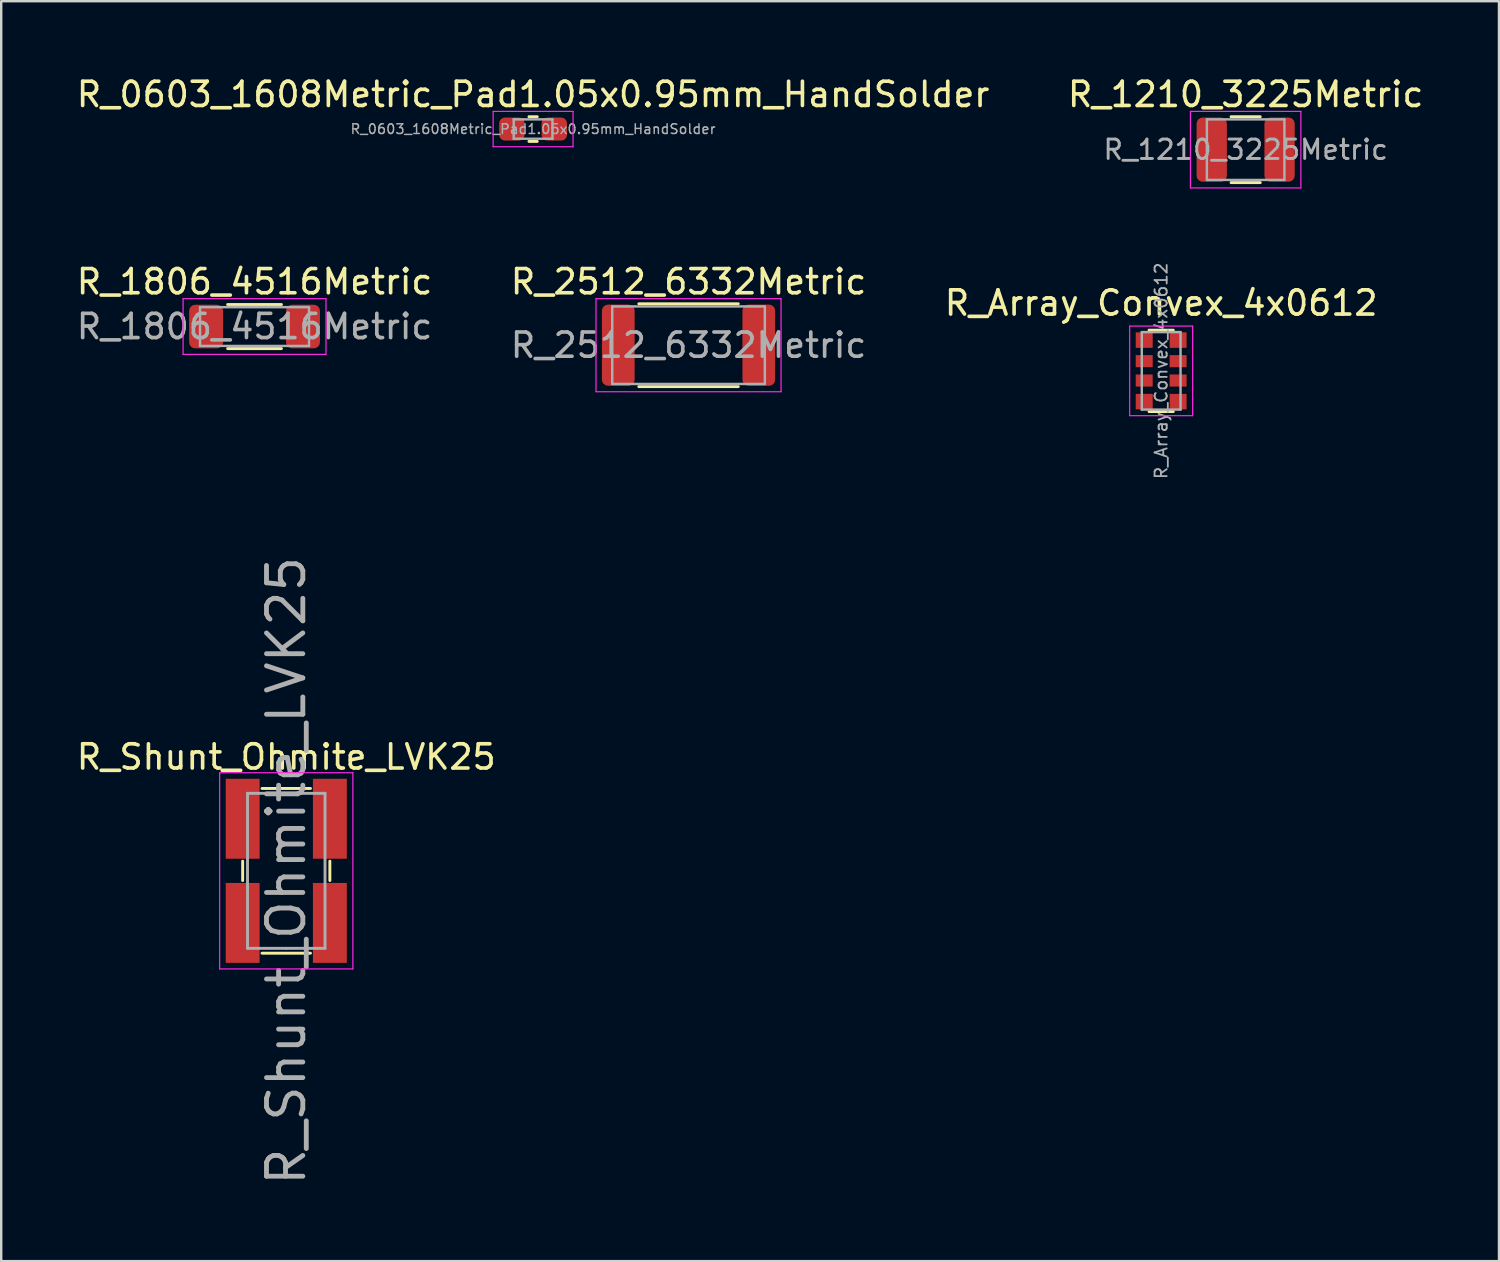
<source format=kicad_pcb>
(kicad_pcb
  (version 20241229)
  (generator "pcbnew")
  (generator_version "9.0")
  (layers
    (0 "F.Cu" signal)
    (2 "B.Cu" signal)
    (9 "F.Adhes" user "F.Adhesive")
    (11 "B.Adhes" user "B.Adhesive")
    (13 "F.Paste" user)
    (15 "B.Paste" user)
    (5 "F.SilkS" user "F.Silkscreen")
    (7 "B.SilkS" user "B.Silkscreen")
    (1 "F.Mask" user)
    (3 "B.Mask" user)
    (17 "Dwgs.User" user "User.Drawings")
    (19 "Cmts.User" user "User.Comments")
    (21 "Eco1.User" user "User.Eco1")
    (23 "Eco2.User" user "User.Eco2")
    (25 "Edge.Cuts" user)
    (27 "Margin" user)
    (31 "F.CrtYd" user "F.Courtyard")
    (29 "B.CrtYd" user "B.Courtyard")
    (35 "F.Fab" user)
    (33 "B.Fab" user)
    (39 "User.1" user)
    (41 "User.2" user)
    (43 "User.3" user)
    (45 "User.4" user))
  (footprint "R_Array_Convex_4x0612"
    (layer "F.Cu")
    (at 44.887 12.26)
    (property "Reference" "R_Array_Convex_4x0612" (at 0 -2.8 0) (layer "F.SilkS") (effects (font (size 1 1) (thickness 0.15))))
    (attr smd)
    (fp_line (start 0.5 -1.68) (end -0.5 -1.68) (stroke (width 0.12) (type solid)) (layer "F.SilkS"))
    (fp_line (start 0.5 1.68) (end -0.5 1.68) (stroke (width 0.12) (type solid)) (layer "F.SilkS"))
    (fp_line (start -1.3 -1.85) (end -1.3 1.85) (stroke (width 0.05) (type solid)) (layer "F.CrtYd"))
    (fp_line (start -1.3 -1.85) (end 1.3 -1.85) (stroke (width 0.05) (type solid)) (layer "F.CrtYd"))
    (fp_line (start 1.3 1.85) (end -1.3 1.85) (stroke (width 0.05) (type solid)) (layer "F.CrtYd"))
    (fp_line (start 1.3 1.85) (end 1.3 -1.85) (stroke (width 0.05) (type solid)) (layer "F.CrtYd"))
    (fp_line (start -0.8 -1.6) (end 0.8 -1.6) (stroke (width 0.1) (type solid)) (layer "F.Fab"))
    (fp_line (start -0.8 1.6) (end -0.8 -1.6) (stroke (width 0.1) (type solid)) (layer "F.Fab"))
    (fp_line (start 0.8 -1.6) (end 0.8 1.6) (stroke (width 0.1) (type solid)) (layer "F.Fab"))
    (fp_line (start 0.8 1.6) (end -0.8 1.6) (stroke (width 0.1) (type solid)) (layer "F.Fab"))
    (fp_text user "${REFERENCE}" (at 0 0 90) (layer "F.Fab") (effects (font (size 0.5 0.5) (thickness 0.075))))
    (pad "1" smd rect (at -0.7 -1.27) (size 0.7 0.64) (layers "F.Cu" "F.Mask" "F.Paste"))
    (pad "2" smd rect (at -0.7 -0.4) (size 0.7 0.5) (layers "F.Cu" "F.Mask" "F.Paste"))
    (pad "3" smd rect (at -0.7 0.4) (size 0.7 0.5) (layers "F.Cu" "F.Mask" "F.Paste"))
    (pad "4" smd rect (at -0.7 1.27) (size 0.7 0.64) (layers "F.Cu" "F.Mask" "F.Paste"))
    (pad "5" smd rect (at 0.7 1.27) (size 0.7 0.64) (layers "F.Cu" "F.Mask" "F.Paste"))
    (pad "6" smd rect (at 0.7 0.4) (size 0.7 0.5) (layers "F.Cu" "F.Mask" "F.Paste"))
    (pad "7" smd rect (at 0.7 -0.4) (size 0.7 0.5) (layers "F.Cu" "F.Mask" "F.Paste"))
    (pad "8" smd rect (at 0.7 -1.27) (size 0.7 0.64) (layers "F.Cu" "F.Mask" "F.Paste")))
  (footprint "R_0603_1608Metric_Pad1.05x0.95mm_HandSolder"
    (layer "F.Cu")
    (at 18.958 2.278)
    (property "Reference" "R_0603_1608Metric_Pad1.05x0.95mm_HandSolder" (at 0 -1.43 0) (layer "F.SilkS") (effects (font (size 1 1) (thickness 0.15))))
    (attr smd)
    (fp_line (start -0.171 -0.51) (end 0.171 -0.51) (stroke (width 0.12) (type solid)) (layer "F.SilkS"))
    (fp_line (start -0.171 0.51) (end 0.171 0.51) (stroke (width 0.12) (type solid)) (layer "F.SilkS"))
    (fp_line (start -1.65 -0.73) (end 1.65 -0.73) (stroke (width 0.05) (type solid)) (layer "F.CrtYd"))
    (fp_line (start -1.65 0.73) (end -1.65 -0.73) (stroke (width 0.05) (type solid)) (layer "F.CrtYd"))
    (fp_line (start 1.65 -0.73) (end 1.65 0.73) (stroke (width 0.05) (type solid)) (layer "F.CrtYd"))
    (fp_line (start 1.65 0.73) (end -1.65 0.73) (stroke (width 0.05) (type solid)) (layer "F.CrtYd"))
    (fp_line (start -0.8 -0.4) (end 0.8 -0.4) (stroke (width 0.1) (type solid)) (layer "F.Fab"))
    (fp_line (start -0.8 0.4) (end -0.8 -0.4) (stroke (width 0.1) (type solid)) (layer "F.Fab"))
    (fp_line (start 0.8 -0.4) (end 0.8 0.4) (stroke (width 0.1) (type solid)) (layer "F.Fab"))
    (fp_line (start 0.8 0.4) (end -0.8 0.4) (stroke (width 0.1) (type solid)) (layer "F.Fab"))
    (fp_text user "${REFERENCE}" (at 0 0 0) (layer "F.Fab") (effects (font (size 0.4 0.4) (thickness 0.06))))
    (pad "1" smd roundrect (at -0.875 0) (size 1.05 0.95) (layers "F.Cu" "F.Mask" "F.Paste") (roundrect_rratio 0.25))
    (pad "2" smd roundrect (at 0.875 0) (size 1.05 0.95) (layers "F.Cu" "F.Mask" "F.Paste") (roundrect_rratio 0.25)))
  (footprint "R_Shunt_Ohmite_LVK25"
    (layer "F.Cu")
    (at 8.768 32.901)
    (property "Reference" "R_Shunt_Ohmite_LVK25" (at 0 -4.7 0) (layer "F.SilkS") (effects (font (size 1 1) (thickness 0.15))))
    (attr smd)
    (fp_line (start -1.8 0.4) (end -1.8 -0.4) (stroke (width 0.12) (type solid)) (layer "F.SilkS"))
    (fp_line (start 1 -3.4) (end -1 -3.4) (stroke (width 0.12) (type solid)) (layer "F.SilkS"))
    (fp_line (start 1 3.4) (end -1 3.4) (stroke (width 0.12) (type solid)) (layer "F.SilkS"))
    (fp_line (start 1.8 -0.4) (end 1.8 0.4) (stroke (width 0.12) (type solid)) (layer "F.SilkS"))
    (fp_line (start -2.75 -4.05) (end 2.75 -4.05) (stroke (width 0.05) (type solid)) (layer "F.CrtYd"))
    (fp_line (start -2.75 4.05) (end -2.75 -4.05) (stroke (width 0.05) (type solid)) (layer "F.CrtYd"))
    (fp_line (start 2.75 -4.05) (end 2.75 4.05) (stroke (width 0.05) (type solid)) (layer "F.CrtYd"))
    (fp_line (start 2.75 4.05) (end -2.75 4.05) (stroke (width 0.05) (type solid)) (layer "F.CrtYd"))
    (fp_line (start -1.6 -3.2) (end 1.6 -3.2) (stroke (width 0.12) (type solid)) (layer "F.Fab"))
    (fp_line (start -1.6 3.2) (end -1.6 -3.2) (stroke (width 0.12) (type solid)) (layer "F.Fab"))
    (fp_line (start 0 3.2) (end -1.6 3.2) (stroke (width 0.12) (type solid)) (layer "F.Fab"))
    (fp_line (start 1.6 -3.2) (end 1.6 3.2) (stroke (width 0.12) (type solid)) (layer "F.Fab"))
    (fp_line (start 1.6 3.2) (end 0 3.2) (stroke (width 0.12) (type solid)) (layer "F.Fab"))
    (fp_text user "${REFERENCE}" (at 0 0 90) (layer "F.Fab") (effects (font (size 1.5 1.5) (thickness 0.2))))
    (pad "1" smd rect (at -1.8 -2.15) (size 1.4 3.3) (layers "F.Cu" "F.Mask" "F.Paste"))
    (pad "2" smd rect (at -1.8 2.15) (size 1.4 3.3) (layers "F.Cu" "F.Mask" "F.Paste"))
    (pad "3" smd rect (at 1.8 -2.15) (size 1.4 3.3) (layers "F.Cu" "F.Mask" "F.Paste"))
    (pad "4" smd rect (at 1.8 2.15) (size 1.4 3.3) (layers "F.Cu" "F.Mask" "F.Paste")))
  (footprint "R_2512_6332Metric"
    (layer "F.Cu")
    (at 25.375 11.201)
    (property "Reference" "R_2512_6332Metric" (at 0 -2.62 0) (layer "F.SilkS") (effects (font (size 1 1) (thickness 0.15))))
    (attr smd)
    (fp_line (start -2.052 -1.71) (end 2.052 -1.71) (stroke (width 0.12) (type solid)) (layer "F.SilkS"))
    (fp_line (start -2.052 1.71) (end 2.052 1.71) (stroke (width 0.12) (type solid)) (layer "F.SilkS"))
    (fp_line (start -3.82 -1.92) (end 3.82 -1.92) (stroke (width 0.05) (type solid)) (layer "F.CrtYd"))
    (fp_line (start -3.82 1.92) (end -3.82 -1.92) (stroke (width 0.05) (type solid)) (layer "F.CrtYd"))
    (fp_line (start 3.82 -1.92) (end 3.82 1.92) (stroke (width 0.05) (type solid)) (layer "F.CrtYd"))
    (fp_line (start 3.82 1.92) (end -3.82 1.92) (stroke (width 0.05) (type solid)) (layer "F.CrtYd"))
    (fp_line (start -3.15 -1.6) (end 3.15 -1.6) (stroke (width 0.1) (type solid)) (layer "F.Fab"))
    (fp_line (start -3.15 1.6) (end -3.15 -1.6) (stroke (width 0.1) (type solid)) (layer "F.Fab"))
    (fp_line (start 3.15 -1.6) (end 3.15 1.6) (stroke (width 0.1) (type solid)) (layer "F.Fab"))
    (fp_line (start 3.15 1.6) (end -3.15 1.6) (stroke (width 0.1) (type solid)) (layer "F.Fab"))
    (fp_text user "${REFERENCE}" (at 0 0 0) (layer "F.Fab") (effects (font (size 1 1) (thickness 0.15))))
    (pad "1" smd roundrect (at -2.9 0) (size 1.35 3.35) (layers "F.Cu" "F.Mask" "F.Paste") (roundrect_rratio 0.185))
    (pad "2" smd roundrect (at 2.9 0) (size 1.35 3.35) (layers "F.Cu" "F.Mask" "F.Paste") (roundrect_rratio 0.185)))
  (footprint "R_1210_3225Metric"
    (layer "F.Cu")
    (at 48.375 3.128)
    (property "Reference" "R_1210_3225Metric" (at 0 -2.28 0) (layer "F.SilkS") (effects (font (size 1 1) (thickness 0.15))))
    (attr smd)
    (fp_line (start -0.602 -1.36) (end 0.602 -1.36) (stroke (width 0.12) (type solid)) (layer "F.SilkS"))
    (fp_line (start -0.602 1.36) (end 0.602 1.36) (stroke (width 0.12) (type solid)) (layer "F.SilkS"))
    (fp_line (start -2.28 -1.58) (end 2.28 -1.58) (stroke (width 0.05) (type solid)) (layer "F.CrtYd"))
    (fp_line (start -2.28 1.58) (end -2.28 -1.58) (stroke (width 0.05) (type solid)) (layer "F.CrtYd"))
    (fp_line (start 2.28 -1.58) (end 2.28 1.58) (stroke (width 0.05) (type solid)) (layer "F.CrtYd"))
    (fp_line (start 2.28 1.58) (end -2.28 1.58) (stroke (width 0.05) (type solid)) (layer "F.CrtYd"))
    (fp_line (start -1.6 -1.25) (end 1.6 -1.25) (stroke (width 0.1) (type solid)) (layer "F.Fab"))
    (fp_line (start -1.6 1.25) (end -1.6 -1.25) (stroke (width 0.1) (type solid)) (layer "F.Fab"))
    (fp_line (start 1.6 -1.25) (end 1.6 1.25) (stroke (width 0.1) (type solid)) (layer "F.Fab"))
    (fp_line (start 1.6 1.25) (end -1.6 1.25) (stroke (width 0.1) (type solid)) (layer "F.Fab"))
    (fp_text user "${REFERENCE}" (at 0 0 0) (layer "F.Fab") (effects (font (size 0.8 0.8) (thickness 0.12))))
    (pad "1" smd roundrect (at -1.4 0) (size 1.25 2.65) (layers "F.Cu" "F.Mask" "F.Paste") (roundrect_rratio 0.2))
    (pad "2" smd roundrect (at 1.4 0) (size 1.25 2.65) (layers "F.Cu" "F.Mask" "F.Paste") (roundrect_rratio 0.2)))
  (footprint "R_1806_4516Metric"
    (layer "F.Cu")
    (at 7.458 10.431)
    (property "Reference" "R_1806_4516Metric" (at 0 -1.85 0) (layer "F.SilkS") (effects (font (size 1 1) (thickness 0.15))))
    (attr smd)
    (fp_line (start -1.111 -0.91) (end 1.111 -0.91) (stroke (width 0.12) (type solid)) (layer "F.SilkS"))
    (fp_line (start -1.111 0.91) (end 1.111 0.91) (stroke (width 0.12) (type solid)) (layer "F.SilkS"))
    (fp_line (start -2.95 -1.15) (end 2.95 -1.15) (stroke (width 0.05) (type solid)) (layer "F.CrtYd"))
    (fp_line (start -2.95 1.15) (end -2.95 -1.15) (stroke (width 0.05) (type solid)) (layer "F.CrtYd"))
    (fp_line (start 2.95 -1.15) (end 2.95 1.15) (stroke (width 0.05) (type solid)) (layer "F.CrtYd"))
    (fp_line (start 2.95 1.15) (end -2.95 1.15) (stroke (width 0.05) (type solid)) (layer "F.CrtYd"))
    (fp_line (start -2.25 -0.8) (end 2.25 -0.8) (stroke (width 0.1) (type solid)) (layer "F.Fab"))
    (fp_line (start -2.25 0.8) (end -2.25 -0.8) (stroke (width 0.1) (type solid)) (layer "F.Fab"))
    (fp_line (start 2.25 -0.8) (end 2.25 0.8) (stroke (width 0.1) (type solid)) (layer "F.Fab"))
    (fp_line (start 2.25 0.8) (end -2.25 0.8) (stroke (width 0.1) (type solid)) (layer "F.Fab"))
    (fp_text user "${REFERENCE}" (at 0 0 0) (layer "F.Fab") (effects (font (size 1 1) (thickness 0.15))))
    (pad "1" smd roundrect (at -2 0) (size 1.4 1.8) (layers "F.Cu" "F.Mask" "F.Paste") (roundrect_rratio 0.179))
    (pad "2" smd roundrect (at 2 0) (size 1.4 1.8) (layers "F.Cu" "F.Mask" "F.Paste") (roundrect_rratio 0.179)))
  (gr_rect
    (start -3 -3)
    (end 58.833 49.015)
    (stroke (width 0.1) (type default))
    (fill no)
    (layer "Edge.Cuts")))
</source>
